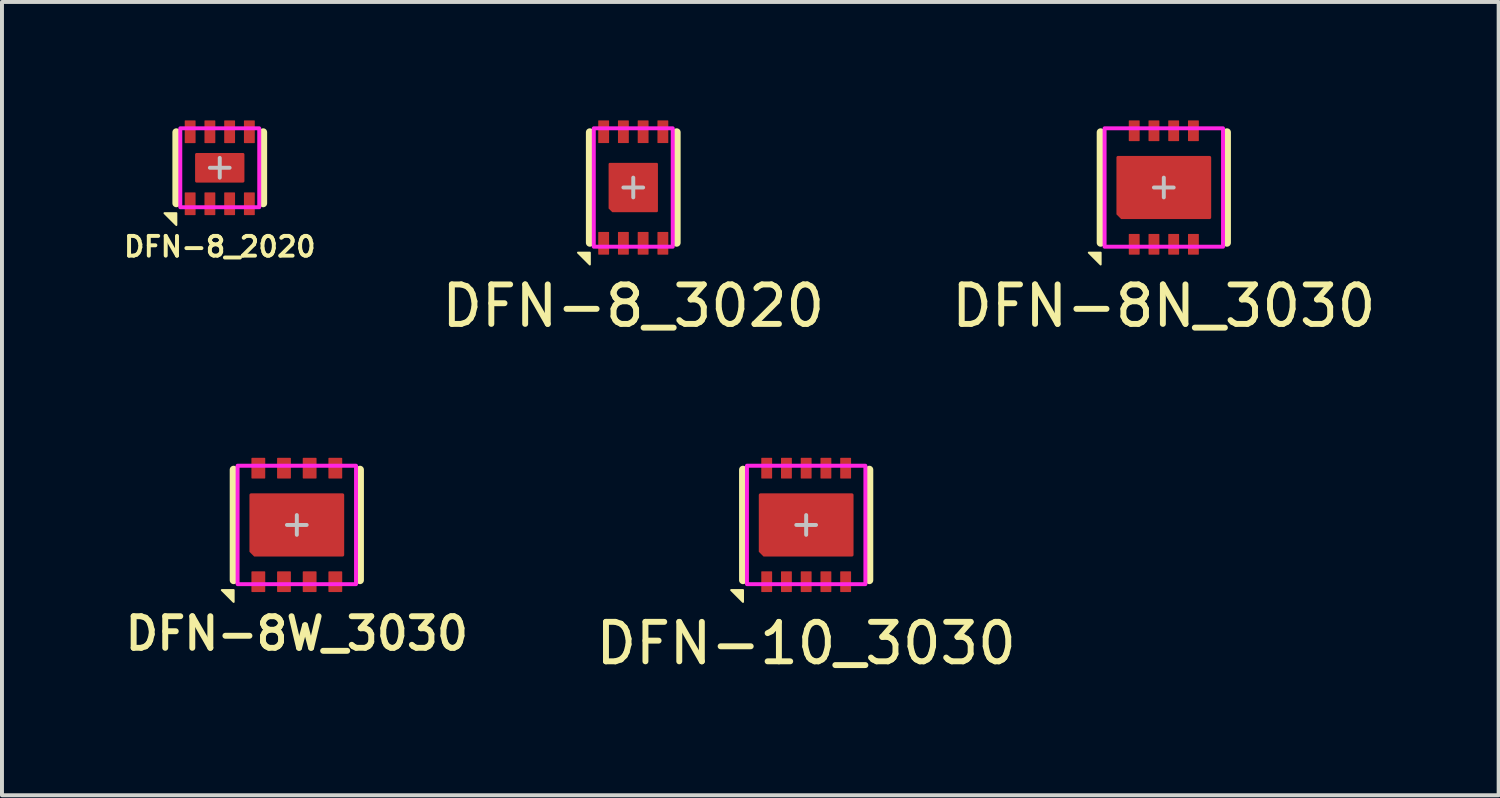
<source format=kicad_pcb>
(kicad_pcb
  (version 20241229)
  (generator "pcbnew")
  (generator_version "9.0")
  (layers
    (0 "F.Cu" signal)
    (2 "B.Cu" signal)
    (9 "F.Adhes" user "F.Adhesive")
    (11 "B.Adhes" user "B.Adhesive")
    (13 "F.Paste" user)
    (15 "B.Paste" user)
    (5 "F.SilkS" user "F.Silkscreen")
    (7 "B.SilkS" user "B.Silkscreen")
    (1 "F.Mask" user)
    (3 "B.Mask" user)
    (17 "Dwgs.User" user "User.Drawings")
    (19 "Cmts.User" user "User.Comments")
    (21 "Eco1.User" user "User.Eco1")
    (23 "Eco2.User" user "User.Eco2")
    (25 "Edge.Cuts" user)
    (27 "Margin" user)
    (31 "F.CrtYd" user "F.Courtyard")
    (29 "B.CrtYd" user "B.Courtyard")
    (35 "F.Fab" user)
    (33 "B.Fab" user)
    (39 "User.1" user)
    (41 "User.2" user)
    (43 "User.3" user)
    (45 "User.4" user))
  (footprint "DFN-8_2020"
    (layer "F.Cu")
    (at 2.517 1.2)
    (property "Reference" "DFN-8_2020" (at 0 2 0) (unlocked yes) (layer "F.SilkS") (effects (font (size 0.5 0.5) (thickness 0.1) (bold yes))))
    (attr smd)
    (fp_line (start -1.1 0.9) (end -1.1 -0.9) (stroke (width 0.2) (type solid)) (layer "F.SilkS"))
    (fp_line (start 1.1 -0.9) (end 1.1 0.9) (stroke (width 0.2) (type solid)) (layer "F.SilkS"))
    (fp_poly (pts (xy -1.4 1.15) (xy -1.1 1.15) (xy -1.1 1.45)) (stroke (width 0.05) (type solid)) (fill yes) (layer "F.SilkS"))
    (fp_line (start -0.25 0) (end 0.25 0) (stroke (width 0.1) (type solid)) (layer "Dwgs.User"))
    (fp_line (start 0 -0.25) (end 0 0.25) (stroke (width 0.1) (type solid)) (layer "Dwgs.User"))
    (fp_rect (start -1 -1) (end 1 1) (stroke (width 0.1) (type solid)) (fill no) (layer "F.CrtYd"))
    (pad "1" smd roundrect (at -0.75 0.912 90) (size 0.575 0.275) (layers "F.Cu" "F.Mask" "F.Paste") (roundrect_rratio 0.05))
    (pad "2" smd roundrect (at -0.25 0.912 90) (size 0.575 0.275) (layers "F.Cu" "F.Mask" "F.Paste") (roundrect_rratio 0.05))
    (pad "3" smd roundrect (at 0.25 0.912 90) (size 0.575 0.275) (layers "F.Cu" "F.Mask" "F.Paste") (roundrect_rratio 0.05))
    (pad "4" smd roundrect (at 0.75 0.912 90) (size 0.575 0.275) (layers "F.Cu" "F.Mask" "F.Paste") (roundrect_rratio 0.05))
    (pad "5" smd roundrect (at 0.75 -0.912 90) (size 0.575 0.275) (layers "F.Cu" "F.Mask" "F.Paste") (roundrect_rratio 0.05))
    (pad "6" smd roundrect (at 0.25 -0.912 90) (size 0.575 0.275) (layers "F.Cu" "F.Mask" "F.Paste") (roundrect_rratio 0.05))
    (pad "7" smd roundrect (at -0.25 -0.912 90) (size 0.575 0.275) (layers "F.Cu" "F.Mask" "F.Paste") (roundrect_rratio 0.05))
    (pad "8" smd roundrect (at -0.75 -0.912 90) (size 0.575 0.275) (layers "F.Cu" "F.Mask" "F.Paste") (roundrect_rratio 0.05))
    (pad "EP" smd roundrect (at 0 0) (size 1.25 0.75) (layers "F.Cu" "F.Mask" "F.Paste") (roundrect_rratio 0.05)))
  (footprint "DFN-8W_3030"
    (layer "F.Cu")
    (at 4.469 10.248)
    (property "Reference" "DFN-8W_3030" (at 0 2.75 0) (unlocked yes) (layer "F.SilkS") (effects (font (size 0.8 0.8) (thickness 0.15))))
    (attr smd)
    (fp_line (start -1.6 1.4) (end -1.6 -1.4) (stroke (width 0.2) (type solid)) (layer "F.SilkS"))
    (fp_line (start 1.6 -1.4) (end 1.6 1.4) (stroke (width 0.2) (type solid)) (layer "F.SilkS"))
    (fp_poly (pts (xy -1.9 1.65) (xy -1.6 1.65) (xy -1.6 1.95)) (stroke (width 0.05) (type solid)) (fill yes) (layer "F.SilkS"))
    (fp_rect (start -1.075 -0.675) (end -0.15 -0.15) (stroke (width 0) (type solid)) (fill yes) (layer "F.Paste"))
    (fp_rect (start 0.15 -0.675) (end 1.075 -0.15) (stroke (width 0) (type solid)) (fill yes) (layer "F.Paste"))
    (fp_rect (start 0.15 0.15) (end 1.075 0.675) (stroke (width 0) (type solid)) (fill yes) (layer "F.Paste"))
    (fp_poly (pts (xy -0.15 0.675) (xy -1.025 0.675) (xy -1.075 0.625) (xy -1.075 0.15) (xy -0.15 0.15)) (stroke (width 0) (type solid)) (fill yes) (layer "F.Paste"))
    (fp_line (start -0.25 0) (end 0.25 0) (stroke (width 0.1) (type solid)) (layer "Dwgs.User"))
    (fp_line (start 0 -0.25) (end 0 0.25) (stroke (width 0.1) (type solid)) (layer "Dwgs.User"))
    (fp_rect (start -1.5 -1.5) (end 1.5 1.5) (stroke (width 0.1) (type solid)) (fill no) (layer "F.CrtYd"))
    (pad "1" smd roundrect (at -0.975 1.438 90) (size 0.525 0.35) (layers "F.Cu" "F.Mask" "F.Paste") (roundrect_rratio 0.05))
    (pad "2" smd roundrect (at -0.325 1.438 90) (size 0.525 0.35) (layers "F.Cu" "F.Mask" "F.Paste") (roundrect_rratio 0.05))
    (pad "3" smd roundrect (at 0.325 1.438 90) (size 0.525 0.35) (layers "F.Cu" "F.Mask" "F.Paste") (roundrect_rratio 0.05))
    (pad "4" smd roundrect (at 0.975 1.438 90) (size 0.525 0.35) (layers "F.Cu" "F.Mask" "F.Paste") (roundrect_rratio 0.05))
    (pad "5" smd roundrect (at 0.975 -1.438 90) (size 0.525 0.35) (layers "F.Cu" "F.Mask" "F.Paste") (roundrect_rratio 0.05))
    (pad "6" smd roundrect (at 0.325 -1.438 90) (size 0.525 0.35) (layers "F.Cu" "F.Mask" "F.Paste") (roundrect_rratio 0.05))
    (pad "7" smd roundrect (at -0.325 -1.438 90) (size 0.525 0.35) (layers "F.Cu" "F.Mask" "F.Paste") (roundrect_rratio 0.05))
    (pad "8" smd roundrect (at -0.975 -1.438 90) (size 0.525 0.35) (layers "F.Cu" "F.Mask" "F.Paste") (roundrect_rratio 0.05))
    (pad "EP" smd roundrect (at 0 0) (size 2.4 1.6) (layers "F.Cu" "F.Mask") (roundrect_rratio 0.025) (chamfer_ratio 0.075) (chamfer bottom_left)))
  (footprint "DFN-8_3020"
    (layer "F.Cu")
    (at 12.992 1.7)
    (property "Reference" "DFN-8_3020" (at 0 3 0) (unlocked yes) (layer "F.SilkS") (effects (font (size 1 1) (thickness 0.15))))
    (attr smd)
    (fp_line (start -1.1 1.4) (end -1.1 -1.4) (stroke (width 0.2) (type solid)) (layer "F.SilkS"))
    (fp_line (start 1.1 -1.4) (end 1.1 1.4) (stroke (width 0.2) (type solid)) (layer "F.SilkS"))
    (fp_poly (pts (xy -1.4 1.65) (xy -1.1 1.65) (xy -1.1 1.95)) (stroke (width 0.05) (type solid)) (fill yes) (layer "F.SilkS"))
    (fp_line (start -0.25 0) (end 0.25 0) (stroke (width 0.1) (type solid)) (layer "Dwgs.User"))
    (fp_line (start 0 -0.25) (end 0 0.25) (stroke (width 0.1) (type solid)) (layer "Dwgs.User"))
    (fp_rect (start -1 -1.5) (end 1 1.5) (stroke (width 0.1) (type solid)) (fill no) (layer "F.CrtYd"))
    (pad "1" smd roundrect (at -0.75 1.413 90) (size 0.575 0.275) (layers "F.Cu" "F.Mask" "F.Paste") (roundrect_rratio 0.05))
    (pad "2" smd roundrect (at -0.25 1.413 90) (size 0.575 0.275) (layers "F.Cu" "F.Mask" "F.Paste") (roundrect_rratio 0.05))
    (pad "3" smd roundrect (at 0.25 1.413 90) (size 0.575 0.275) (layers "F.Cu" "F.Mask" "F.Paste") (roundrect_rratio 0.05))
    (pad "4" smd roundrect (at 0.75 1.413 90) (size 0.575 0.275) (layers "F.Cu" "F.Mask" "F.Paste") (roundrect_rratio 0.05))
    (pad "5" smd roundrect (at 0.75 -1.413 90) (size 0.575 0.275) (layers "F.Cu" "F.Mask" "F.Paste") (roundrect_rratio 0.05))
    (pad "6" smd roundrect (at 0.25 -1.413 90) (size 0.575 0.275) (layers "F.Cu" "F.Mask" "F.Paste") (roundrect_rratio 0.05))
    (pad "7" smd roundrect (at -0.25 -1.413 90) (size 0.575 0.275) (layers "F.Cu" "F.Mask" "F.Paste") (roundrect_rratio 0.05))
    (pad "8" smd roundrect (at -0.75 -1.413 90) (size 0.575 0.275) (layers "F.Cu" "F.Mask" "F.Paste") (roundrect_rratio 0.05))
    (pad "EP" smd roundrect (at 0 0) (size 1.25 1.25) (layers "F.Cu" "F.Mask" "F.Paste") (roundrect_rratio 0.025) (chamfer_ratio 0.075) (chamfer bottom_left)))
  (footprint "DFN-8N_3030"
    (layer "F.Cu")
    (at 26.432 1.7)
    (property "Reference" "DFN-8N_3030" (at 0 3 0) (unlocked yes) (layer "F.SilkS") (effects (font (size 1 1) (thickness 0.15))))
    (attr smd)
    (fp_line (start -1.6 1.4) (end -1.6 -1.4) (stroke (width 0.2) (type solid)) (layer "F.SilkS"))
    (fp_line (start 1.6 -1.4) (end 1.6 1.4) (stroke (width 0.2) (type solid)) (layer "F.SilkS"))
    (fp_poly (pts (xy -1.9 1.65) (xy -1.6 1.65) (xy -1.6 1.95)) (stroke (width 0.05) (type solid)) (fill yes) (layer "F.SilkS"))
    (fp_rect (start -1.05 -0.65) (end -0.15 -0.15) (stroke (width 0) (type solid)) (fill yes) (layer "F.Paste"))
    (fp_rect (start 0.15 -0.65) (end 1.05 -0.15) (stroke (width 0) (type solid)) (fill yes) (layer "F.Paste"))
    (fp_rect (start 0.15 0.15) (end 1.05 0.65) (stroke (width 0) (type solid)) (fill yes) (layer "F.Paste"))
    (fp_poly (pts (xy -0.15 0.65) (xy -1 0.65) (xy -1.05 0.6) (xy -1.05 0.15) (xy -0.15 0.15)) (stroke (width 0) (type solid)) (fill yes) (layer "F.Paste"))
    (fp_line (start -0.25 0) (end 0.25 0) (stroke (width 0.1) (type solid)) (layer "Dwgs.User"))
    (fp_line (start 0 -0.25) (end 0 0.25) (stroke (width 0.1) (type solid)) (layer "Dwgs.User"))
    (fp_rect (start -1.5 -1.5) (end 1.5 1.5) (stroke (width 0.1) (type solid)) (fill no) (layer "F.CrtYd"))
    (pad "1" smd roundrect (at -0.75 1.438 90) (size 0.525 0.275) (layers "F.Cu" "F.Mask" "F.Paste") (roundrect_rratio 0.05))
    (pad "2" smd roundrect (at -0.25 1.438 90) (size 0.525 0.275) (layers "F.Cu" "F.Mask" "F.Paste") (roundrect_rratio 0.05))
    (pad "3" smd roundrect (at 0.25 1.438 90) (size 0.525 0.275) (layers "F.Cu" "F.Mask" "F.Paste") (roundrect_rratio 0.05))
    (pad "4" smd roundrect (at 0.75 1.438 90) (size 0.525 0.275) (layers "F.Cu" "F.Mask" "F.Paste") (roundrect_rratio 0.05))
    (pad "5" smd roundrect (at 0.75 -1.438 90) (size 0.525 0.275) (layers "F.Cu" "F.Mask" "F.Paste") (roundrect_rratio 0.05))
    (pad "6" smd roundrect (at 0.25 -1.438 90) (size 0.525 0.275) (layers "F.Cu" "F.Mask" "F.Paste") (roundrect_rratio 0.05))
    (pad "7" smd roundrect (at -0.25 -1.438 90) (size 0.525 0.275) (layers "F.Cu" "F.Mask" "F.Paste") (roundrect_rratio 0.05))
    (pad "8" smd roundrect (at -0.75 -1.438 90) (size 0.525 0.275) (layers "F.Cu" "F.Mask" "F.Paste") (roundrect_rratio 0.05))
    (pad "EP" smd roundrect (at 0 0) (size 2.4 1.6) (layers "F.Cu" "F.Mask") (roundrect_rratio 0.025) (chamfer_ratio 0.075) (chamfer bottom_left)))
  (footprint "DFN-10_3030"
    (layer "F.Cu")
    (at 17.372 10.248)
    (property "Reference" "DFN-10_3030" (at 0 3 0) (unlocked yes) (layer "F.SilkS") (effects (font (size 1 1) (thickness 0.15))))
    (attr smd)
    (fp_line (start -1.6 1.4) (end -1.6 -1.4) (stroke (width 0.2) (type solid)) (layer "F.SilkS"))
    (fp_line (start 1.6 -1.4) (end 1.6 1.4) (stroke (width 0.2) (type solid)) (layer "F.SilkS"))
    (fp_poly (pts (xy -1.9 1.65) (xy -1.6 1.65) (xy -1.6 1.95)) (stroke (width 0.05) (type solid)) (fill yes) (layer "F.SilkS"))
    (fp_rect (start -1.075 -0.675) (end -0.15 -0.15) (stroke (width 0) (type solid)) (fill yes) (layer "F.Paste"))
    (fp_rect (start 0.15 -0.675) (end 1.075 -0.15) (stroke (width 0) (type solid)) (fill yes) (layer "F.Paste"))
    (fp_rect (start 0.15 0.15) (end 1.075 0.675) (stroke (width 0) (type solid)) (fill yes) (layer "F.Paste"))
    (fp_poly (pts (xy -0.15 0.675) (xy -1.025 0.675) (xy -1.075 0.625) (xy -1.075 0.15) (xy -0.15 0.15)) (stroke (width 0) (type solid)) (fill yes) (layer "F.Paste"))
    (fp_line (start -0.25 0) (end 0.25 0) (stroke (width 0.1) (type solid)) (layer "Dwgs.User"))
    (fp_line (start 0 -0.25) (end 0 0.25) (stroke (width 0.1) (type solid)) (layer "Dwgs.User"))
    (fp_rect (start -1.5 -1.5) (end 1.5 1.5) (stroke (width 0.1) (type solid)) (fill no) (layer "F.CrtYd"))
    (pad "1" smd roundrect (at -1 1.438 90) (size 0.525 0.275) (layers "F.Cu" "F.Mask" "F.Paste") (roundrect_rratio 0.05))
    (pad "2" smd roundrect (at -0.5 1.438 90) (size 0.525 0.275) (layers "F.Cu" "F.Mask" "F.Paste") (roundrect_rratio 0.05))
    (pad "3" smd roundrect (at 0 1.438 90) (size 0.525 0.275) (layers "F.Cu" "F.Mask" "F.Paste") (roundrect_rratio 0.05))
    (pad "4" smd roundrect (at 0.5 1.438 90) (size 0.525 0.275) (layers "F.Cu" "F.Mask" "F.Paste") (roundrect_rratio 0.05))
    (pad "5" smd roundrect (at 1 1.438 90) (size 0.525 0.275) (layers "F.Cu" "F.Mask" "F.Paste") (roundrect_rratio 0.05))
    (pad "6" smd roundrect (at 1 -1.438 90) (size 0.525 0.275) (layers "F.Cu" "F.Mask" "F.Paste") (roundrect_rratio 0.05))
    (pad "7" smd roundrect (at 0.5 -1.438 90) (size 0.525 0.275) (layers "F.Cu" "F.Mask" "F.Paste") (roundrect_rratio 0.05))
    (pad "8" smd roundrect (at 0 -1.438 90) (size 0.525 0.275) (layers "F.Cu" "F.Mask" "F.Paste") (roundrect_rratio 0.05))
    (pad "9" smd roundrect (at -0.5 -1.438 90) (size 0.525 0.275) (layers "F.Cu" "F.Mask" "F.Paste") (roundrect_rratio 0.05))
    (pad "10" smd roundrect (at -1 -1.438 90) (size 0.525 0.275) (layers "F.Cu" "F.Mask" "F.Paste") (roundrect_rratio 0.05))
    (pad "EP" smd roundrect (at 0 0) (size 2.4 1.6) (layers "F.Cu" "F.Mask") (roundrect_rratio 0.025) (chamfer_ratio 0.075) (chamfer bottom_left)))
  (gr_rect
    (start -3 -3)
    (end 34.914 17.096)
    (stroke (width 0.1) (type default))
    (fill no)
    (layer "Edge.Cuts")))
</source>
